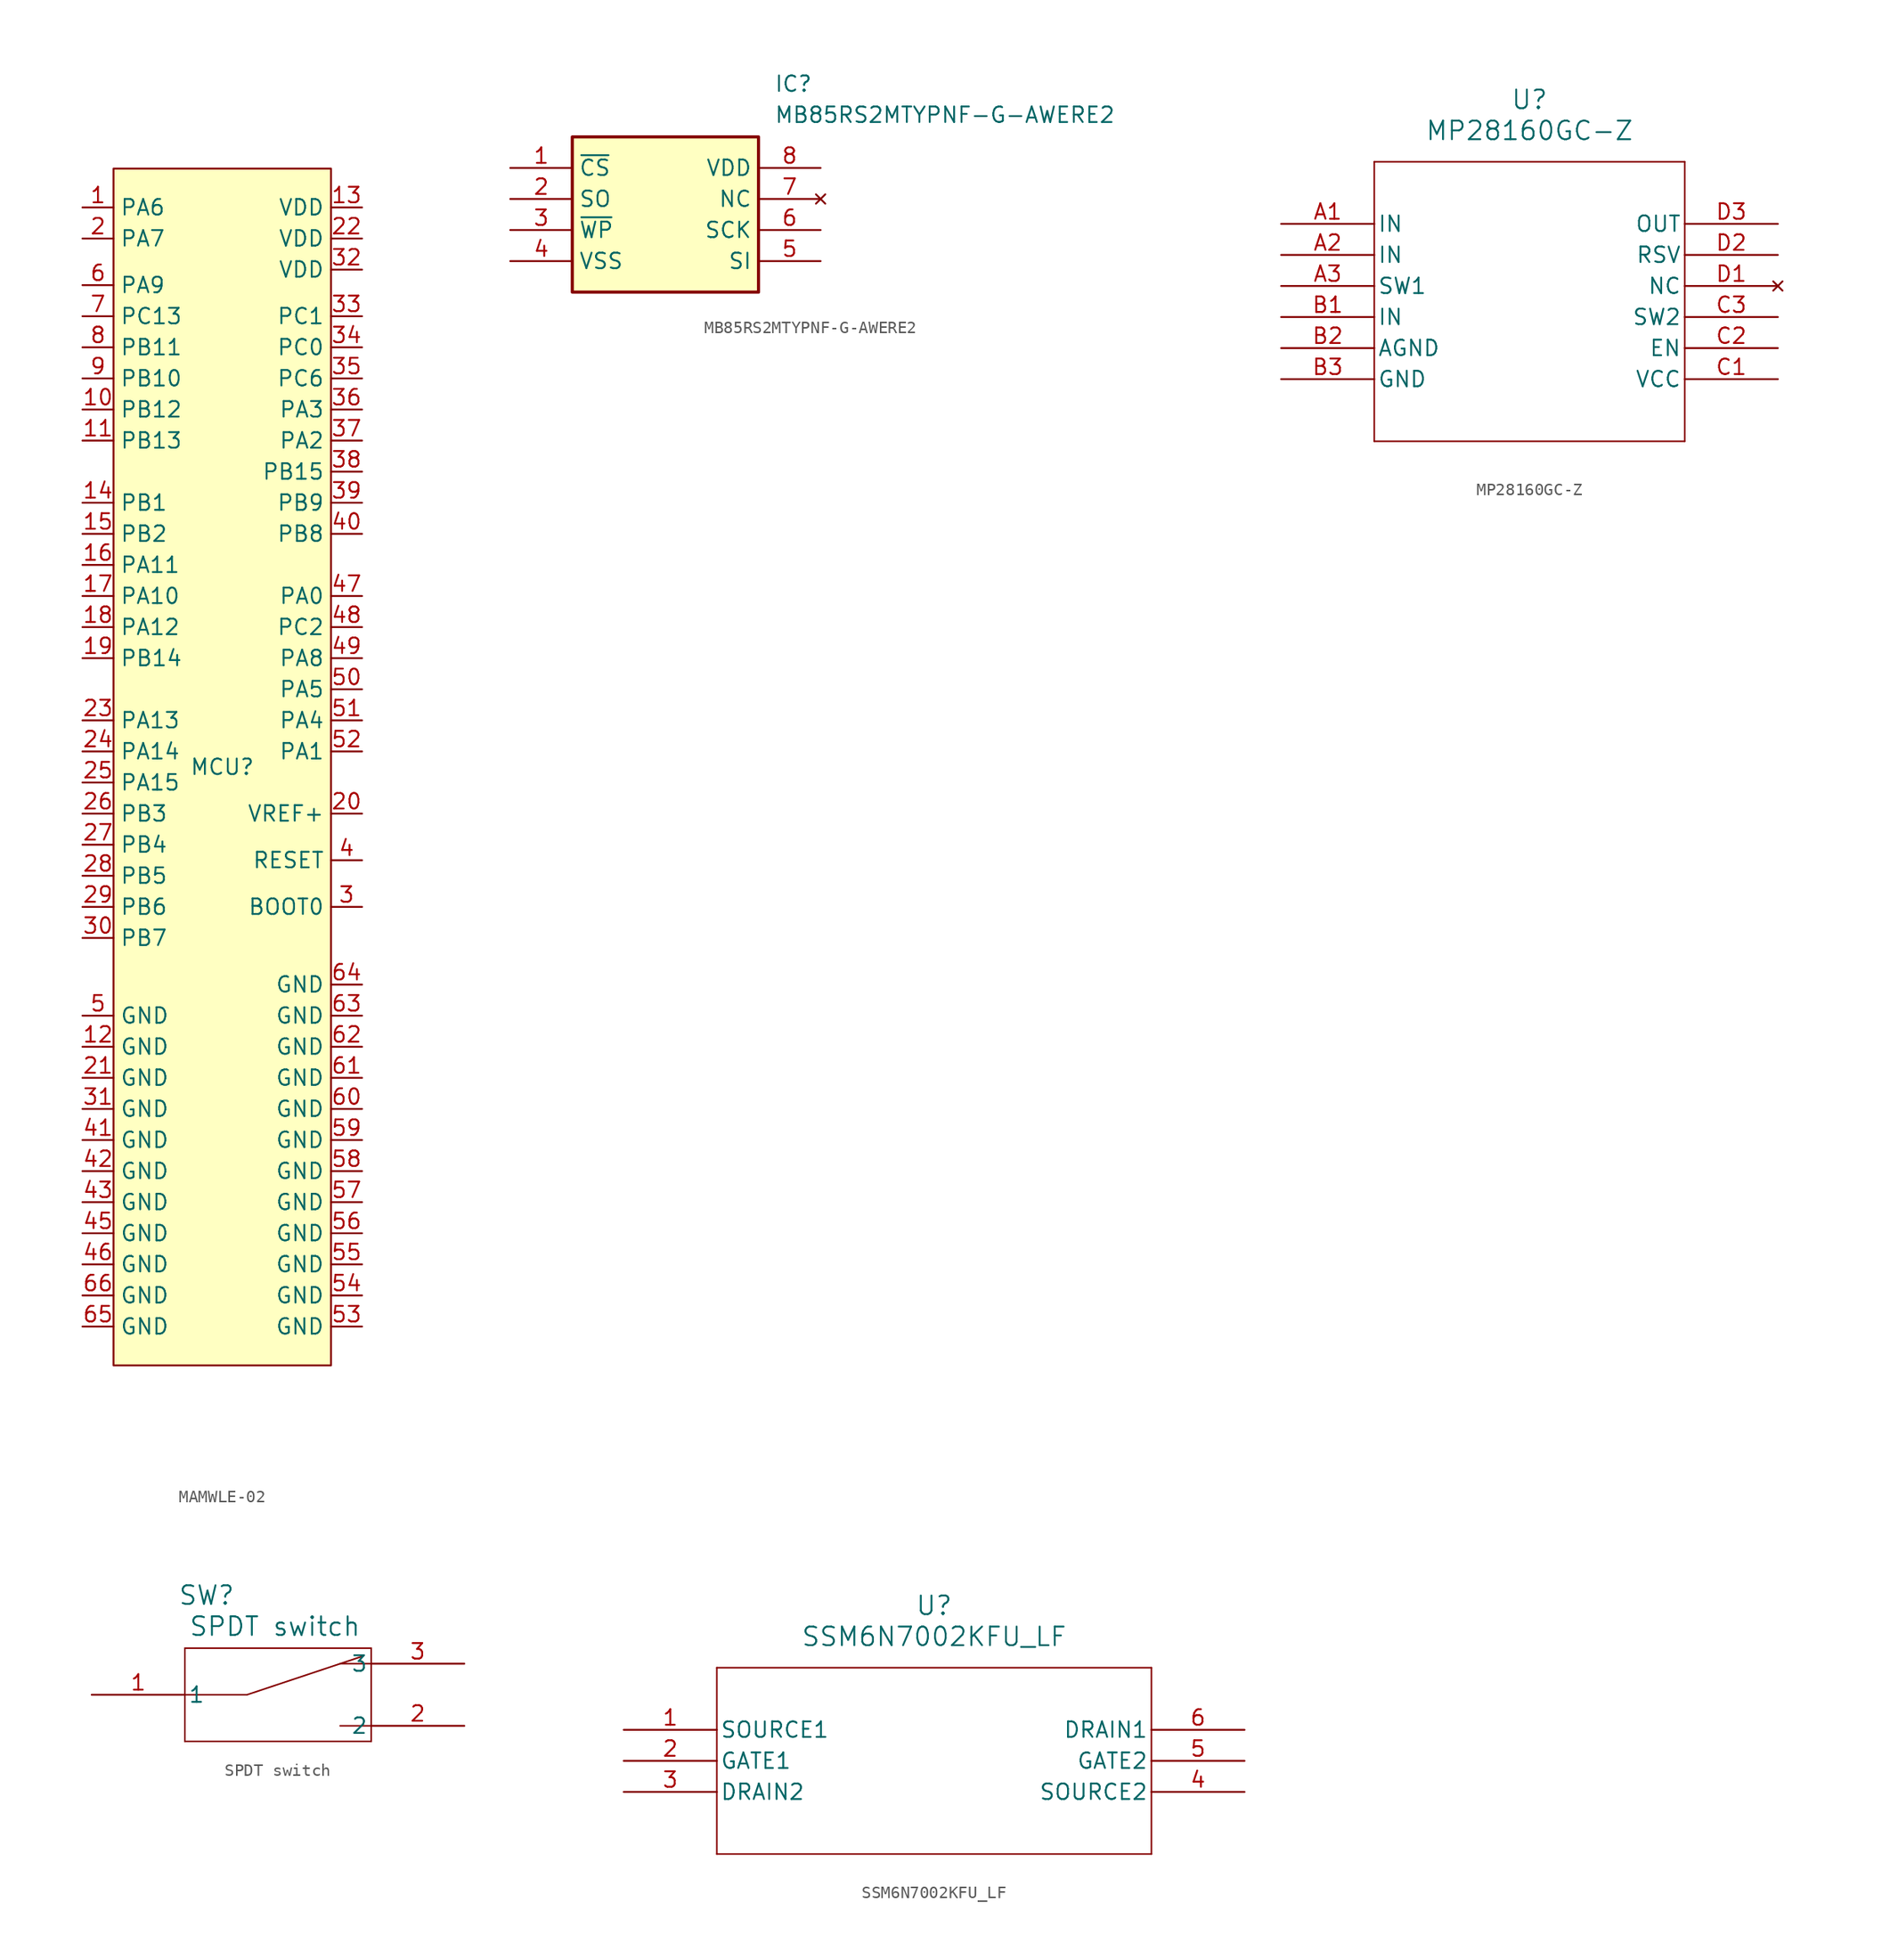
<source format=kicad_sym>
(kicad_symbol_lib
  (version 20241209)
  (generator "kicad_symbol_editor")
  (generator_version "9.0")
  (symbol "MAMWLE-02"
    (property "Reference" "MCU"
      (at 0 0 0)
      (effects (font (size 1.27 1.27))))
    (property "Value" ""
      (at 0 0 0)
      (effects (font (size 1.27 1.27))))
    (symbol "MAMWLE-02_1_1"
      (rectangle (start -8.89 48.895) (end 8.89 -48.895) (stroke (width 0) (type solid)) (fill (type background)))
      (pin input line (at -11.43 45.72 0) (length 2.54) (name "PA6" (effects (font (size 1.27 1.27)))) (number "1" (effects (font (size 1.27 1.27)))))
      (pin input line (at -11.43 43.18 0) (length 2.54) (name "PA7" (effects (font (size 1.27 1.27)))) (number "2" (effects (font (size 1.27 1.27)))))
      (pin input line (at -11.43 39.37 0) (length 2.54) (name "PA9" (effects (font (size 1.27 1.27)))) (number "6" (effects (font (size 1.27 1.27)))))
      (pin input line (at -11.43 36.83 0) (length 2.54) (name "PC13" (effects (font (size 1.27 1.27)))) (number "7" (effects (font (size 1.27 1.27)))))
      (pin input line (at -11.43 34.29 0) (length 2.54) (name "PB11" (effects (font (size 1.27 1.27)))) (number "8" (effects (font (size 1.27 1.27)))))
      (pin input line (at -11.43 31.75 0) (length 2.54) (name "PB10" (effects (font (size 1.27 1.27)))) (number "9" (effects (font (size 1.27 1.27)))))
      (pin input line (at -11.43 29.21 0) (length 2.54) (name "PB12" (effects (font (size 1.27 1.27)))) (number "10" (effects (font (size 1.27 1.27)))))
      (pin input line (at -11.43 26.67 0) (length 2.54) (name "PB13" (effects (font (size 1.27 1.27)))) (number "11" (effects (font (size 1.27 1.27)))))
      (pin input line (at -11.43 21.59 0) (length 2.54) (name "PB1" (effects (font (size 1.27 1.27)))) (number "14" (effects (font (size 1.27 1.27)))))
      (pin input line (at -11.43 19.05 0) (length 2.54) (name "PB2" (effects (font (size 1.27 1.27)))) (number "15" (effects (font (size 1.27 1.27)))))
      (pin input line (at -11.43 16.51 0) (length 2.54) (name "PA11" (effects (font (size 1.27 1.27)))) (number "16" (effects (font (size 1.27 1.27)))))
      (pin input line (at -11.43 13.97 0) (length 2.54) (name "PA10" (effects (font (size 1.27 1.27)))) (number "17" (effects (font (size 1.27 1.27)))))
      (pin input line (at -11.43 11.43 0) (length 2.54) (name "PA12" (effects (font (size 1.27 1.27)))) (number "18" (effects (font (size 1.27 1.27)))))
      (pin input line (at -11.43 8.89 0) (length 2.54) (name "PB14" (effects (font (size 1.27 1.27)))) (number "19" (effects (font (size 1.27 1.27)))))
      (pin input line (at -11.43 3.81 0) (length 2.54) (name "PA13" (effects (font (size 1.27 1.27)))) (number "23" (effects (font (size 1.27 1.27)))))
      (pin input line (at -11.43 1.27 0) (length 2.54) (name "PA14" (effects (font (size 1.27 1.27)))) (number "24" (effects (font (size 1.27 1.27)))))
      (pin input line (at -11.43 -1.27 0) (length 2.54) (name "PA15" (effects (font (size 1.27 1.27)))) (number "25" (effects (font (size 1.27 1.27)))))
      (pin input line (at -11.43 -3.81 0) (length 2.54) (name "PB3" (effects (font (size 1.27 1.27)))) (number "26" (effects (font (size 1.27 1.27)))))
      (pin input line (at -11.43 -6.35 0) (length 2.54) (name "PB4" (effects (font (size 1.27 1.27)))) (number "27" (effects (font (size 1.27 1.27)))))
      (pin input line (at -11.43 -8.89 0) (length 2.54) (name "PB5" (effects (font (size 1.27 1.27)))) (number "28" (effects (font (size 1.27 1.27)))))
      (pin input line (at -11.43 -11.43 0) (length 2.54) (name "PB6" (effects (font (size 1.27 1.27)))) (number "29" (effects (font (size 1.27 1.27)))))
      (pin input line (at -11.43 -13.97 0) (length 2.54) (name "PB7" (effects (font (size 1.27 1.27)))) (number "30" (effects (font (size 1.27 1.27)))))
      (pin input line (at -11.43 -20.32 0) (length 2.54) (name "GND" (effects (font (size 1.27 1.27)))) (number "5" (effects (font (size 1.27 1.27)))))
      (pin input line (at -11.43 -22.86 0) (length 2.54) (name "GND" (effects (font (size 1.27 1.27)))) (number "12" (effects (font (size 1.27 1.27)))))
      (pin input line (at -11.43 -25.4 0) (length 2.54) (name "GND" (effects (font (size 1.27 1.27)))) (number "21" (effects (font (size 1.27 1.27)))))
      (pin input line (at -11.43 -27.94 0) (length 2.54) (name "GND" (effects (font (size 1.27 1.27)))) (number "31" (effects (font (size 1.27 1.27)))))
      (pin input line (at -11.43 -30.48 0) (length 2.54) (name "GND" (effects (font (size 1.27 1.27)))) (number "41" (effects (font (size 1.27 1.27)))))
      (pin input line (at -11.43 -33.02 0) (length 2.54) (name "GND" (effects (font (size 1.27 1.27)))) (number "42" (effects (font (size 1.27 1.27)))))
      (pin input line (at -11.43 -35.56 0) (length 2.54) (name "GND" (effects (font (size 1.27 1.27)))) (number "43" (effects (font (size 1.27 1.27)))))
      (pin input line (at -11.43 -38.1 0) (length 2.54) (name "GND" (effects (font (size 1.27 1.27)))) (number "45" (effects (font (size 1.27 1.27)))))
      (pin input line (at -11.43 -40.64 0) (length 2.54) (name "GND" (effects (font (size 1.27 1.27)))) (number "46" (effects (font (size 1.27 1.27)))))
      (pin input line (at -11.43 -43.18 0) (length 2.54) (name "GND" (effects (font (size 1.27 1.27)))) (number "66" (effects (font (size 1.27 1.27)))))
      (pin input line (at -11.43 -45.72 0) (length 2.54) (name "GND" (effects (font (size 1.27 1.27)))) (number "65" (effects (font (size 1.27 1.27)))))
      (pin input line (at 11.43 45.72 180) (length 2.54) (name "VDD" (effects (font (size 1.27 1.27)))) (number "13" (effects (font (size 1.27 1.27)))))
      (pin input line (at 11.43 43.18 180) (length 2.54) (name "VDD" (effects (font (size 1.27 1.27)))) (number "22" (effects (font (size 1.27 1.27)))))
      (pin input line (at 11.43 40.64 180) (length 2.54) (name "VDD" (effects (font (size 1.27 1.27)))) (number "32" (effects (font (size 1.27 1.27)))))
      (pin input line (at 11.43 36.83 180) (length 2.54) (name "PC1" (effects (font (size 1.27 1.27)))) (number "33" (effects (font (size 1.27 1.27)))))
      (pin input line (at 11.43 34.29 180) (length 2.54) (name "PC0" (effects (font (size 1.27 1.27)))) (number "34" (effects (font (size 1.27 1.27)))))
      (pin input line (at 11.43 31.75 180) (length 2.54) (name "PC6" (effects (font (size 1.27 1.27)))) (number "35" (effects (font (size 1.27 1.27)))))
      (pin input line (at 11.43 29.21 180) (length 2.54) (name "PA3" (effects (font (size 1.27 1.27)))) (number "36" (effects (font (size 1.27 1.27)))))
      (pin input line (at 11.43 26.67 180) (length 2.54) (name "PA2" (effects (font (size 1.27 1.27)))) (number "37" (effects (font (size 1.27 1.27)))))
      (pin input line (at 11.43 24.13 180) (length 2.54) (name "PB15" (effects (font (size 1.27 1.27)))) (number "38" (effects (font (size 1.27 1.27)))))
      (pin input line (at 11.43 21.59 180) (length 2.54) (name "PB9" (effects (font (size 1.27 1.27)))) (number "39" (effects (font (size 1.27 1.27)))))
      (pin input line (at 11.43 19.05 180) (length 2.54) (name "PB8" (effects (font (size 1.27 1.27)))) (number "40" (effects (font (size 1.27 1.27)))))
      (pin input line (at 11.43 13.97 180) (length 2.54) (name "PA0" (effects (font (size 1.27 1.27)))) (number "47" (effects (font (size 1.27 1.27)))))
      (pin input line (at 11.43 11.43 180) (length 2.54) (name "PC2" (effects (font (size 1.27 1.27)))) (number "48" (effects (font (size 1.27 1.27)))))
      (pin input line (at 11.43 8.89 180) (length 2.54) (name "PA8" (effects (font (size 1.27 1.27)))) (number "49" (effects (font (size 1.27 1.27)))))
      (pin input line (at 11.43 6.35 180) (length 2.54) (name "PA5" (effects (font (size 1.27 1.27)))) (number "50" (effects (font (size 1.27 1.27)))))
      (pin input line (at 11.43 3.81 180) (length 2.54) (name "PA4" (effects (font (size 1.27 1.27)))) (number "51" (effects (font (size 1.27 1.27)))))
      (pin input line (at 11.43 1.27 180) (length 2.54) (name "PA1" (effects (font (size 1.27 1.27)))) (number "52" (effects (font (size 1.27 1.27)))))
      (pin input line (at 11.43 -3.81 180) (length 2.54) (name "VREF+" (effects (font (size 1.27 1.27)))) (number "20" (effects (font (size 1.27 1.27)))))
      (pin input line (at 11.43 -7.62 180) (length 2.54) (name "RESET" (effects (font (size 1.27 1.27)))) (number "4" (effects (font (size 1.27 1.27)))))
      (pin input line (at 11.43 -11.43 180) (length 2.54) (name "BOOT0" (effects (font (size 1.27 1.27)))) (number "3" (effects (font (size 1.27 1.27)))))
      (pin input line (at 11.43 -17.78 180) (length 2.54) (name "GND" (effects (font (size 1.27 1.27)))) (number "64" (effects (font (size 1.27 1.27)))))
      (pin input line (at 11.43 -20.32 180) (length 2.54) (name "GND" (effects (font (size 1.27 1.27)))) (number "63" (effects (font (size 1.27 1.27)))))
      (pin input line (at 11.43 -22.86 180) (length 2.54) (name "GND" (effects (font (size 1.27 1.27)))) (number "62" (effects (font (size 1.27 1.27)))))
      (pin input line (at 11.43 -25.4 180) (length 2.54) (name "GND" (effects (font (size 1.27 1.27)))) (number "61" (effects (font (size 1.27 1.27)))))
      (pin input line (at 11.43 -27.94 180) (length 2.54) (name "GND" (effects (font (size 1.27 1.27)))) (number "60" (effects (font (size 1.27 1.27)))))
      (pin input line (at 11.43 -30.48 180) (length 2.54) (name "GND" (effects (font (size 1.27 1.27)))) (number "59" (effects (font (size 1.27 1.27)))))
      (pin input line (at 11.43 -33.02 180) (length 2.54) (name "GND" (effects (font (size 1.27 1.27)))) (number "58" (effects (font (size 1.27 1.27)))))
      (pin input line (at 11.43 -35.56 180) (length 2.54) (name "GND" (effects (font (size 1.27 1.27)))) (number "57" (effects (font (size 1.27 1.27)))))
      (pin input line (at 11.43 -38.1 180) (length 2.54) (name "GND" (effects (font (size 1.27 1.27)))) (number "56" (effects (font (size 1.27 1.27)))))
      (pin input line (at 11.43 -40.64 180) (length 2.54) (name "GND" (effects (font (size 1.27 1.27)))) (number "55" (effects (font (size 1.27 1.27)))))
      (pin input line (at 11.43 -43.18 180) (length 2.54) (name "GND" (effects (font (size 1.27 1.27)))) (number "54" (effects (font (size 1.27 1.27)))))
      (pin input line (at 11.43 -45.72 180) (length 2.54) (name "GND" (effects (font (size 1.27 1.27)))) (number "53" (effects (font (size 1.27 1.27)))))))
  (symbol "MB85RS2MTYPNF-G-AWERE2"
    (property "Reference" "IC"
      (at 21.59 7.62 0)
      (effects (font (size 1.27 1.27)) (justify left top)))
    (property "Value" "MB85RS2MTYPNF-G-AWERE2"
      (at 21.59 5.08 0)
      (effects (font (size 1.27 1.27)) (justify left top)))
    (symbol "MB85RS2MTYPNF-G-AWERE2_1_1"
      (rectangle (start 5.08 2.54) (end 20.32 -10.16) (stroke (width 0.254) (type default)) (fill (type background)))
      (pin passive line (at 0 0 0) (length 5.08) (name "~{CS}" (effects (font (size 1.27 1.27)))) (number "1" (effects (font (size 1.27 1.27)))))
      (pin passive line (at 0 -2.54 0) (length 5.08) (name "SO" (effects (font (size 1.27 1.27)))) (number "2" (effects (font (size 1.27 1.27)))))
      (pin passive line (at 0 -5.08 0) (length 5.08) (name "~{WP}" (effects (font (size 1.27 1.27)))) (number "3" (effects (font (size 1.27 1.27)))))
      (pin passive line (at 0 -7.62 0) (length 5.08) (name "VSS" (effects (font (size 1.27 1.27)))) (number "4" (effects (font (size 1.27 1.27)))))
      (pin passive line (at 25.4 0 180) (length 5.08) (name "VDD" (effects (font (size 1.27 1.27)))) (number "8" (effects (font (size 1.27 1.27)))))
      (pin no_connect line (at 25.4 -2.54 180) (length 5.08) (name "NC" (effects (font (size 1.27 1.27)))) (number "7" (effects (font (size 1.27 1.27)))))
      (pin passive line (at 25.4 -5.08 180) (length 5.08) (name "SCK" (effects (font (size 1.27 1.27)))) (number "6" (effects (font (size 1.27 1.27)))))
      (pin passive line (at 25.4 -7.62 180) (length 5.08) (name "SI" (effects (font (size 1.27 1.27)))) (number "5" (effects (font (size 1.27 1.27)))))))
  (symbol "MP28160GC-Z"
    (pin_names
      (offset 0.254))
    (property "Reference" "U"
      (at 20.32 10.16 0)
      (effects (font (size 1.524 1.524))))
    (property "Value" "MP28160GC-Z"
      (at 20.32 7.62 0)
      (effects (font (size 1.524 1.524))))
    (property "ki_locked" ""
      (at 0 0 0)
      (effects (font (size 1.27 1.27))))
    (symbol "MP28160GC-Z_0_1"
      (polyline (pts (xy 7.62 5.08) (xy 7.62 -17.78)) (stroke (width 0.127) (type default)) (fill (type none)))
      (polyline (pts (xy 7.62 -17.78) (xy 33.02 -17.78)) (stroke (width 0.127) (type default)) (fill (type none)))
      (polyline (pts (xy 33.02 5.08) (xy 7.62 5.08)) (stroke (width 0.127) (type default)) (fill (type none)))
      (polyline (pts (xy 33.02 -17.78) (xy 33.02 5.08)) (stroke (width 0.127) (type default)) (fill (type none)))
      (pin power_in line (at 0 0 0) (length 7.62) (name "IN" (effects (font (size 1.27 1.27)))) (number "A1" (effects (font (size 1.27 1.27)))))
      (pin power_in line (at 0 -2.54 0) (length 7.62) (name "IN" (effects (font (size 1.27 1.27)))) (number "A2" (effects (font (size 1.27 1.27)))))
      (pin unspecified line (at 0 -5.08 0) (length 7.62) (name "SW1" (effects (font (size 1.27 1.27)))) (number "A3" (effects (font (size 1.27 1.27)))))
      (pin power_in line (at 0 -7.62 0) (length 7.62) (name "IN" (effects (font (size 1.27 1.27)))) (number "B1" (effects (font (size 1.27 1.27)))))
      (pin power_out line (at 0 -10.16 0) (length 7.62) (name "AGND" (effects (font (size 1.27 1.27)))) (number "B2" (effects (font (size 1.27 1.27)))))
      (pin power_out line (at 0 -12.7 0) (length 7.62) (name "GND" (effects (font (size 1.27 1.27)))) (number "B3" (effects (font (size 1.27 1.27)))))
      (pin output line (at 40.64 0 180) (length 7.62) (name "OUT" (effects (font (size 1.27 1.27)))) (number "D3" (effects (font (size 1.27 1.27)))))
      (pin unspecified line (at 40.64 -2.54 180) (length 7.62) (name "RSV" (effects (font (size 1.27 1.27)))) (number "D2" (effects (font (size 1.27 1.27)))))
      (pin no_connect line (at 40.64 -5.08 180) (length 7.62) (name "NC" (effects (font (size 1.27 1.27)))) (number "D1" (effects (font (size 1.27 1.27)))))
      (pin unspecified line (at 40.64 -7.62 180) (length 7.62) (name "SW2" (effects (font (size 1.27 1.27)))) (number "C3" (effects (font (size 1.27 1.27)))))
      (pin bidirectional line (at 40.64 -10.16 180) (length 7.62) (name "EN" (effects (font (size 1.27 1.27)))) (number "C2" (effects (font (size 1.27 1.27)))))
      (pin power_in line (at 40.64 -12.7 180) (length 7.62) (name "VCC" (effects (font (size 1.27 1.27)))) (number "C1" (effects (font (size 1.27 1.27)))))))
  (symbol "SPDT switch"
    (pin_names
      (offset 0.254))
    (property "Reference" "SW"
      (at 9.398 8.128 0)
      (effects (font (size 1.524 1.524))))
    (property "Value" "SPDT switch"
      (at 14.986 5.588 0)
      (effects (font (size 1.524 1.524))))
    (property "ki_locked" ""
      (at 0 0 0)
      (effects (font (size 1.27 1.27))))
    (symbol "SPDT switch_0_1"
      (polyline (pts (xy 7.62 3.81) (xy 7.62 -3.81)) (stroke (width 0.127) (type default)) (fill (type none)))
      (polyline (pts (xy 7.62 0) (xy 12.7 0)) (stroke (width 0.127) (type default)) (fill (type none)))
      (polyline (pts (xy 7.62 -3.81) (xy 22.86 -3.81)) (stroke (width 0.127) (type default)) (fill (type none)))
      (polyline (pts (xy 12.7 0) (xy 22.225 3.175)) (stroke (width 0.127) (type default)) (fill (type none)))
      (polyline (pts (xy 22.86 3.81) (xy 7.62 3.81)) (stroke (width 0.127) (type default)) (fill (type none)))
      (polyline (pts (xy 22.86 2.54) (xy 20.32 2.54)) (stroke (width 0.127) (type default)) (fill (type none)))
      (polyline (pts (xy 22.86 -2.54) (xy 20.32 -2.54)) (stroke (width 0.127) (type default)) (fill (type none)))
      (polyline (pts (xy 22.86 -3.81) (xy 22.86 3.81)) (stroke (width 0.127) (type default)) (fill (type none)))
      (pin unspecified line (at 0 0 0) (length 7.62) (name "1" (effects (font (size 1.27 1.27)))) (number "1" (effects (font (size 1.27 1.27)))))
      (pin unspecified line (at 30.48 2.54 180) (length 7.62) (name "3" (effects (font (size 1.27 1.27)))) (number "3" (effects (font (size 1.27 1.27)))))
      (pin unspecified line (at 30.48 -2.54 180) (length 7.62) (name "2" (effects (font (size 1.27 1.27)))) (number "2" (effects (font (size 1.27 1.27)))))))
  (symbol "SSM6N7002KFU_LF"
    (pin_names
      (offset 0.254))
    (property "Reference" "U"
      (at 25.4 10.16 0)
      (effects (font (size 1.524 1.524))))
    (property "Value" "SSM6N7002KFU_LF"
      (at 25.4 7.62 0)
      (effects (font (size 1.524 1.524))))
    (property "ki_locked" ""
      (at 0 0 0)
      (effects (font (size 1.27 1.27))))
    (symbol "SSM6N7002KFU_LF_0_1"
      (polyline (pts (xy 7.62 5.08) (xy 7.62 -10.16)) (stroke (width 0.127) (type default)) (fill (type none)))
      (polyline (pts (xy 7.62 -10.16) (xy 43.18 -10.16)) (stroke (width 0.127) (type default)) (fill (type none)))
      (polyline (pts (xy 43.18 5.08) (xy 7.62 5.08)) (stroke (width 0.127) (type default)) (fill (type none)))
      (polyline (pts (xy 43.18 -10.16) (xy 43.18 5.08)) (stroke (width 0.127) (type default)) (fill (type none)))
      (pin unspecified line (at 0 0 0) (length 7.62) (name "SOURCE1" (effects (font (size 1.27 1.27)))) (number "1" (effects (font (size 1.27 1.27)))))
      (pin unspecified line (at 0 -2.54 0) (length 7.62) (name "GATE1" (effects (font (size 1.27 1.27)))) (number "2" (effects (font (size 1.27 1.27)))))
      (pin unspecified line (at 0 -5.08 0) (length 7.62) (name "DRAIN2" (effects (font (size 1.27 1.27)))) (number "3" (effects (font (size 1.27 1.27)))))
      (pin unspecified line (at 50.8 0 180) (length 7.62) (name "DRAIN1" (effects (font (size 1.27 1.27)))) (number "6" (effects (font (size 1.27 1.27)))))
      (pin unspecified line (at 50.8 -2.54 180) (length 7.62) (name "GATE2" (effects (font (size 1.27 1.27)))) (number "5" (effects (font (size 1.27 1.27)))))
      (pin unspecified line (at 50.8 -5.08 180) (length 7.62) (name "SOURCE2" (effects (font (size 1.27 1.27)))) (number "4" (effects (font (size 1.27 1.27))))))))
</source>
